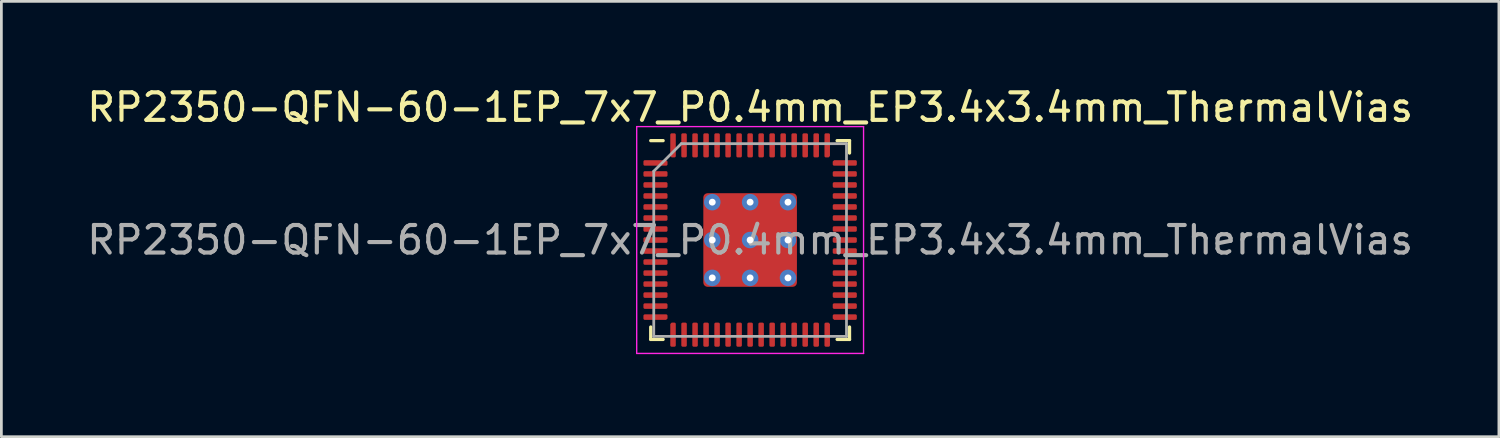
<source format=kicad_pcb>
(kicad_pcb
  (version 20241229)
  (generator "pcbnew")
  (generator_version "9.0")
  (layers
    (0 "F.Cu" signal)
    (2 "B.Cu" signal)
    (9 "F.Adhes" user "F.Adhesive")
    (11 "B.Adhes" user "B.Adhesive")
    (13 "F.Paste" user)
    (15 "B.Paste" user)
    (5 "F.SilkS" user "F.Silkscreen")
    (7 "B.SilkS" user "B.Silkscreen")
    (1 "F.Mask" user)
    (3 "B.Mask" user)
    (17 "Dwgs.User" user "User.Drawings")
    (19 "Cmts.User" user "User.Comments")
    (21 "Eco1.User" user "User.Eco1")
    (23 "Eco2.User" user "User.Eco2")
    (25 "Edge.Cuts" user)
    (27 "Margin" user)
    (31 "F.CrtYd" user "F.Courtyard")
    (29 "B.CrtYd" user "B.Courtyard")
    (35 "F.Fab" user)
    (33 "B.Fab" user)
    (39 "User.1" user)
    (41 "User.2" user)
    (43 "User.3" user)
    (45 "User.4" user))
  (footprint "RP2350-QFN-60-1EP_7x7_P0.4mm_EP3.4x3.4mm_ThermalVias"
    (layer "F.Cu")
    (at 24.196 5.668)
    (property "Reference" "RP2350-QFN-60-1EP_7x7_P0.4mm_EP3.4x3.4mm_ThermalVias" (at 0 -4.82 0) (layer "F.SilkS") (effects (font (size 1 1) (thickness 0.15))))
    (attr smd)
    (fp_line (start -3.61 3.61) (end -3.61 3.16) (stroke (width 0.12) (type solid)) (layer "F.SilkS"))
    (fp_line (start -3.16 -3.61) (end -3.61 -3.61) (stroke (width 0.12) (type solid)) (layer "F.SilkS"))
    (fp_line (start -3.16 3.61) (end -3.61 3.61) (stroke (width 0.12) (type solid)) (layer "F.SilkS"))
    (fp_line (start 3.16 -3.61) (end 3.61 -3.61) (stroke (width 0.12) (type solid)) (layer "F.SilkS"))
    (fp_line (start 3.16 3.61) (end 3.61 3.61) (stroke (width 0.12) (type solid)) (layer "F.SilkS"))
    (fp_line (start 3.61 -3.61) (end 3.61 -3.16) (stroke (width 0.12) (type solid)) (layer "F.SilkS"))
    (fp_line (start 3.61 3.61) (end 3.61 3.16) (stroke (width 0.12) (type solid)) (layer "F.SilkS"))
    (fp_line (start -4.12 -4.12) (end -4.12 4.12) (stroke (width 0.05) (type solid)) (layer "F.CrtYd"))
    (fp_line (start -4.12 4.12) (end 4.12 4.12) (stroke (width 0.05) (type solid)) (layer "F.CrtYd"))
    (fp_line (start 4.12 -4.12) (end -4.12 -4.12) (stroke (width 0.05) (type solid)) (layer "F.CrtYd"))
    (fp_line (start 4.12 4.12) (end 4.12 -4.12) (stroke (width 0.05) (type solid)) (layer "F.CrtYd"))
    (fp_line (start -3.5 -2.5) (end -2.5 -3.5) (stroke (width 0.1) (type solid)) (layer "F.Fab"))
    (fp_line (start -3.5 3.5) (end -3.5 -2.5) (stroke (width 0.1) (type solid)) (layer "F.Fab"))
    (fp_line (start -2.5 -3.5) (end 3.5 -3.5) (stroke (width 0.1) (type solid)) (layer "F.Fab"))
    (fp_line (start 3.5 -3.5) (end 3.5 3.5) (stroke (width 0.1) (type solid)) (layer "F.Fab"))
    (fp_line (start 3.5 3.5) (end -3.5 3.5) (stroke (width 0.1) (type solid)) (layer "F.Fab"))
    (fp_text user "${REFERENCE}" (at 0 0 0) (layer "F.Fab") (effects (font (size 1 1) (thickness 0.15))))
    (pad "" smd roundrect (at -0.7 -0.7) (size 1.2 1.2) (layers "F.Paste") (roundrect_rratio 0.208))
    (pad "" smd roundrect (at -0.7 0.7) (size 1.2 1.2) (layers "F.Paste") (roundrect_rratio 0.208))
    (pad "" smd roundrect (at 0.7 -0.7) (size 1.2 1.2) (layers "F.Paste") (roundrect_rratio 0.208))
    (pad "" smd roundrect (at 0.7 0.7) (size 1.2 1.2) (layers "F.Paste") (roundrect_rratio 0.208))
    (pad "1" smd roundrect (at -3.438 -2.8) (size 0.875 0.2) (layers "F.Cu" "F.Mask" "F.Paste") (roundrect_rratio 0.25) (chamfer_ratio 0.25) (chamfer top_right))
    (pad "2" smd roundrect (at -3.438 -2.4) (size 0.875 0.2) (layers "F.Cu" "F.Mask" "F.Paste") (roundrect_rratio 0.25))
    (pad "3" smd roundrect (at -3.438 -2) (size 0.875 0.2) (layers "F.Cu" "F.Mask" "F.Paste") (roundrect_rratio 0.25))
    (pad "4" smd roundrect (at -3.438 -1.6) (size 0.875 0.2) (layers "F.Cu" "F.Mask" "F.Paste") (roundrect_rratio 0.25))
    (pad "5" smd roundrect (at -3.438 -1.2) (size 0.875 0.2) (layers "F.Cu" "F.Mask" "F.Paste") (roundrect_rratio 0.25))
    (pad "6" smd roundrect (at -3.438 -0.8) (size 0.875 0.2) (layers "F.Cu" "F.Mask" "F.Paste") (roundrect_rratio 0.25))
    (pad "7" smd roundrect (at -3.438 -0.4) (size 0.875 0.2) (layers "F.Cu" "F.Mask" "F.Paste") (roundrect_rratio 0.25))
    (pad "8" smd roundrect (at -3.438 0) (size 0.875 0.2) (layers "F.Cu" "F.Mask" "F.Paste") (roundrect_rratio 0.25))
    (pad "9" smd roundrect (at -3.438 0.4) (size 0.875 0.2) (layers "F.Cu" "F.Mask" "F.Paste") (roundrect_rratio 0.25))
    (pad "10" smd roundrect (at -3.438 0.8) (size 0.875 0.2) (layers "F.Cu" "F.Mask" "F.Paste") (roundrect_rratio 0.25))
    (pad "11" smd roundrect (at -3.438 1.2) (size 0.875 0.2) (layers "F.Cu" "F.Mask" "F.Paste") (roundrect_rratio 0.25))
    (pad "12" smd roundrect (at -3.438 1.6) (size 0.875 0.2) (layers "F.Cu" "F.Mask" "F.Paste") (roundrect_rratio 0.25))
    (pad "13" smd roundrect (at -3.438 2) (size 0.875 0.2) (layers "F.Cu" "F.Mask" "F.Paste") (roundrect_rratio 0.25))
    (pad "14" smd roundrect (at -3.438 2.4) (size 0.875 0.2) (layers "F.Cu" "F.Mask" "F.Paste") (roundrect_rratio 0.25))
    (pad "15" smd roundrect (at -3.438 2.8) (size 0.875 0.2) (layers "F.Cu" "F.Mask" "F.Paste") (roundrect_rratio 0.25) (chamfer_ratio 0.25) (chamfer bottom_right))
    (pad "16" smd roundrect (at -2.8 3.438) (size 0.2 0.875) (layers "F.Cu" "F.Mask" "F.Paste") (roundrect_rratio 0.25) (chamfer_ratio 0.25) (chamfer top_left))
    (pad "17" smd roundrect (at -2.4 3.438) (size 0.2 0.875) (layers "F.Cu" "F.Mask" "F.Paste") (roundrect_rratio 0.25))
    (pad "18" smd roundrect (at -2 3.438) (size 0.2 0.875) (layers "F.Cu" "F.Mask" "F.Paste") (roundrect_rratio 0.25))
    (pad "19" smd roundrect (at -1.6 3.438) (size 0.2 0.875) (layers "F.Cu" "F.Mask" "F.Paste") (roundrect_rratio 0.25))
    (pad "20" smd roundrect (at -1.2 3.438) (size 0.2 0.875) (layers "F.Cu" "F.Mask" "F.Paste") (roundrect_rratio 0.25))
    (pad "21" smd roundrect (at -0.8 3.438) (size 0.2 0.875) (layers "F.Cu" "F.Mask" "F.Paste") (roundrect_rratio 0.25))
    (pad "22" smd roundrect (at -0.4 3.438) (size 0.2 0.875) (layers "F.Cu" "F.Mask" "F.Paste") (roundrect_rratio 0.25))
    (pad "23" smd roundrect (at 0 3.438) (size 0.2 0.875) (layers "F.Cu" "F.Mask" "F.Paste") (roundrect_rratio 0.25))
    (pad "24" smd roundrect (at 0.4 3.438) (size 0.2 0.875) (layers "F.Cu" "F.Mask" "F.Paste") (roundrect_rratio 0.25))
    (pad "25" smd roundrect (at 0.8 3.438) (size 0.2 0.875) (layers "F.Cu" "F.Mask" "F.Paste") (roundrect_rratio 0.25))
    (pad "26" smd roundrect (at 1.2 3.438) (size 0.2 0.875) (layers "F.Cu" "F.Mask" "F.Paste") (roundrect_rratio 0.25))
    (pad "27" smd roundrect (at 1.6 3.438) (size 0.2 0.875) (layers "F.Cu" "F.Mask" "F.Paste") (roundrect_rratio 0.25))
    (pad "28" smd roundrect (at 2 3.438) (size 0.2 0.875) (layers "F.Cu" "F.Mask" "F.Paste") (roundrect_rratio 0.25))
    (pad "29" smd roundrect (at 2.4 3.438) (size 0.2 0.875) (layers "F.Cu" "F.Mask" "F.Paste") (roundrect_rratio 0.25))
    (pad "30" smd roundrect (at 2.8 3.438) (size 0.2 0.875) (layers "F.Cu" "F.Mask" "F.Paste") (roundrect_rratio 0.25) (chamfer_ratio 0.25) (chamfer top_right))
    (pad "31" smd roundrect (at 3.438 2.8) (size 0.875 0.2) (layers "F.Cu" "F.Mask" "F.Paste") (roundrect_rratio 0.25) (chamfer_ratio 0.25) (chamfer bottom_left))
    (pad "32" smd roundrect (at 3.438 2.4) (size 0.875 0.2) (layers "F.Cu" "F.Mask" "F.Paste") (roundrect_rratio 0.25))
    (pad "33" smd roundrect (at 3.438 2) (size 0.875 0.2) (layers "F.Cu" "F.Mask" "F.Paste") (roundrect_rratio 0.25))
    (pad "34" smd roundrect (at 3.438 1.6) (size 0.875 0.2) (layers "F.Cu" "F.Mask" "F.Paste") (roundrect_rratio 0.25))
    (pad "35" smd roundrect (at 3.438 1.2) (size 0.875 0.2) (layers "F.Cu" "F.Mask" "F.Paste") (roundrect_rratio 0.25))
    (pad "36" smd roundrect (at 3.438 0.8) (size 0.875 0.2) (layers "F.Cu" "F.Mask" "F.Paste") (roundrect_rratio 0.25))
    (pad "37" smd roundrect (at 3.438 0.4) (size 0.875 0.2) (layers "F.Cu" "F.Mask" "F.Paste") (roundrect_rratio 0.25))
    (pad "38" smd roundrect (at 3.438 0) (size 0.875 0.2) (layers "F.Cu" "F.Mask" "F.Paste") (roundrect_rratio 0.25))
    (pad "39" smd roundrect (at 3.438 -0.4) (size 0.875 0.2) (layers "F.Cu" "F.Mask" "F.Paste") (roundrect_rratio 0.25))
    (pad "40" smd roundrect (at 3.438 -0.8) (size 0.875 0.2) (layers "F.Cu" "F.Mask" "F.Paste") (roundrect_rratio 0.25))
    (pad "41" smd roundrect (at 3.438 -1.2) (size 0.875 0.2) (layers "F.Cu" "F.Mask" "F.Paste") (roundrect_rratio 0.25))
    (pad "42" smd roundrect (at 3.438 -1.6) (size 0.875 0.2) (layers "F.Cu" "F.Mask" "F.Paste") (roundrect_rratio 0.25))
    (pad "43" smd roundrect (at 3.438 -2) (size 0.875 0.2) (layers "F.Cu" "F.Mask" "F.Paste") (roundrect_rratio 0.25))
    (pad "44" smd roundrect (at 3.438 -2.4) (size 0.875 0.2) (layers "F.Cu" "F.Mask" "F.Paste") (roundrect_rratio 0.25))
    (pad "45" smd roundrect (at 3.438 -2.8) (size 0.875 0.2) (layers "F.Cu" "F.Mask" "F.Paste") (roundrect_rratio 0.25) (chamfer_ratio 0.25) (chamfer top_left))
    (pad "46" smd roundrect (at 2.8 -3.438) (size 0.2 0.875) (layers "F.Cu" "F.Mask" "F.Paste") (roundrect_rratio 0.25) (chamfer_ratio 0.25) (chamfer bottom_right))
    (pad "47" smd roundrect (at 2.4 -3.438) (size 0.2 0.875) (layers "F.Cu" "F.Mask" "F.Paste") (roundrect_rratio 0.25))
    (pad "48" smd roundrect (at 2 -3.438) (size 0.2 0.875) (layers "F.Cu" "F.Mask" "F.Paste") (roundrect_rratio 0.25))
    (pad "49" smd roundrect (at 1.6 -3.438) (size 0.2 0.875) (layers "F.Cu" "F.Mask" "F.Paste") (roundrect_rratio 0.25))
    (pad "50" smd roundrect (at 1.2 -3.438) (size 0.2 0.875) (layers "F.Cu" "F.Mask" "F.Paste") (roundrect_rratio 0.25))
    (pad "51" smd roundrect (at 0.8 -3.438) (size 0.2 0.875) (layers "F.Cu" "F.Mask" "F.Paste") (roundrect_rratio 0.25))
    (pad "52" smd roundrect (at 0.4 -3.438) (size 0.2 0.875) (layers "F.Cu" "F.Mask" "F.Paste") (roundrect_rratio 0.25))
    (pad "53" smd roundrect (at 0 -3.438) (size 0.2 0.875) (layers "F.Cu" "F.Mask" "F.Paste") (roundrect_rratio 0.25))
    (pad "54" smd roundrect (at -0.4 -3.438) (size 0.2 0.875) (layers "F.Cu" "F.Mask" "F.Paste") (roundrect_rratio 0.25))
    (pad "55" smd roundrect (at -0.8 -3.438) (size 0.2 0.875) (layers "F.Cu" "F.Mask" "F.Paste") (roundrect_rratio 0.25))
    (pad "56" smd roundrect (at -1.2 -3.438) (size 0.2 0.875) (layers "F.Cu" "F.Mask" "F.Paste") (roundrect_rratio 0.25))
    (pad "57" smd roundrect (at -1.6 -3.438) (size 0.2 0.875) (layers "F.Cu" "F.Mask" "F.Paste") (roundrect_rratio 0.25))
    (pad "58" smd roundrect (at -2 -3.438) (size 0.2 0.875) (layers "F.Cu" "F.Mask" "F.Paste") (roundrect_rratio 0.25))
    (pad "59" smd roundrect (at -2.4 -3.438) (size 0.2 0.875) (layers "F.Cu" "F.Mask" "F.Paste") (roundrect_rratio 0.25))
    (pad "60" smd roundrect (at -2.8 -3.438) (size 0.2 0.875) (layers "F.Cu" "F.Mask" "F.Paste") (roundrect_rratio 0.25) (chamfer_ratio 0.25) (chamfer bottom_left))
    (pad "61" thru_hole circle (at -1.375 -1.375) (size 0.6 0.6) (drill 0.25) (layers "*.Cu"))
    (pad "61" thru_hole circle (at -1.375 0) (size 0.6 0.6) (drill 0.25) (layers "*.Cu"))
    (pad "61" thru_hole circle (at -1.375 1.375) (size 0.6 0.6) (drill 0.25) (layers "*.Cu"))
    (pad "61" thru_hole circle (at 0 -1.375) (size 0.6 0.6) (drill 0.25) (layers "*.Cu"))
    (pad "61" thru_hole circle (at 0 0) (size 0.6 0.6) (drill 0.25) (layers "*.Cu"))
    (pad "61" smd roundrect (at 0 0 90) (size 3.4 3.4) (layers "F.Cu" "F.Mask") (roundrect_rratio 0.045))
    (pad "61" thru_hole circle (at 0 1.375) (size 0.6 0.6) (drill 0.25) (layers "*.Cu"))
    (pad "61" thru_hole circle (at 1.375 -1.375) (size 0.6 0.6) (drill 0.25) (layers "*.Cu"))
    (pad "61" thru_hole circle (at 1.375 0) (size 0.6 0.6) (drill 0.25) (layers "*.Cu"))
    (pad "61" thru_hole circle (at 1.375 1.375) (size 0.6 0.6) (drill 0.25) (layers "*.Cu")))
  (gr_rect
    (start -3 -3)
    (end 51.393 12.813)
    (stroke (width 0.1) (type default))
    (fill no)
    (layer "Edge.Cuts")))
</source>
